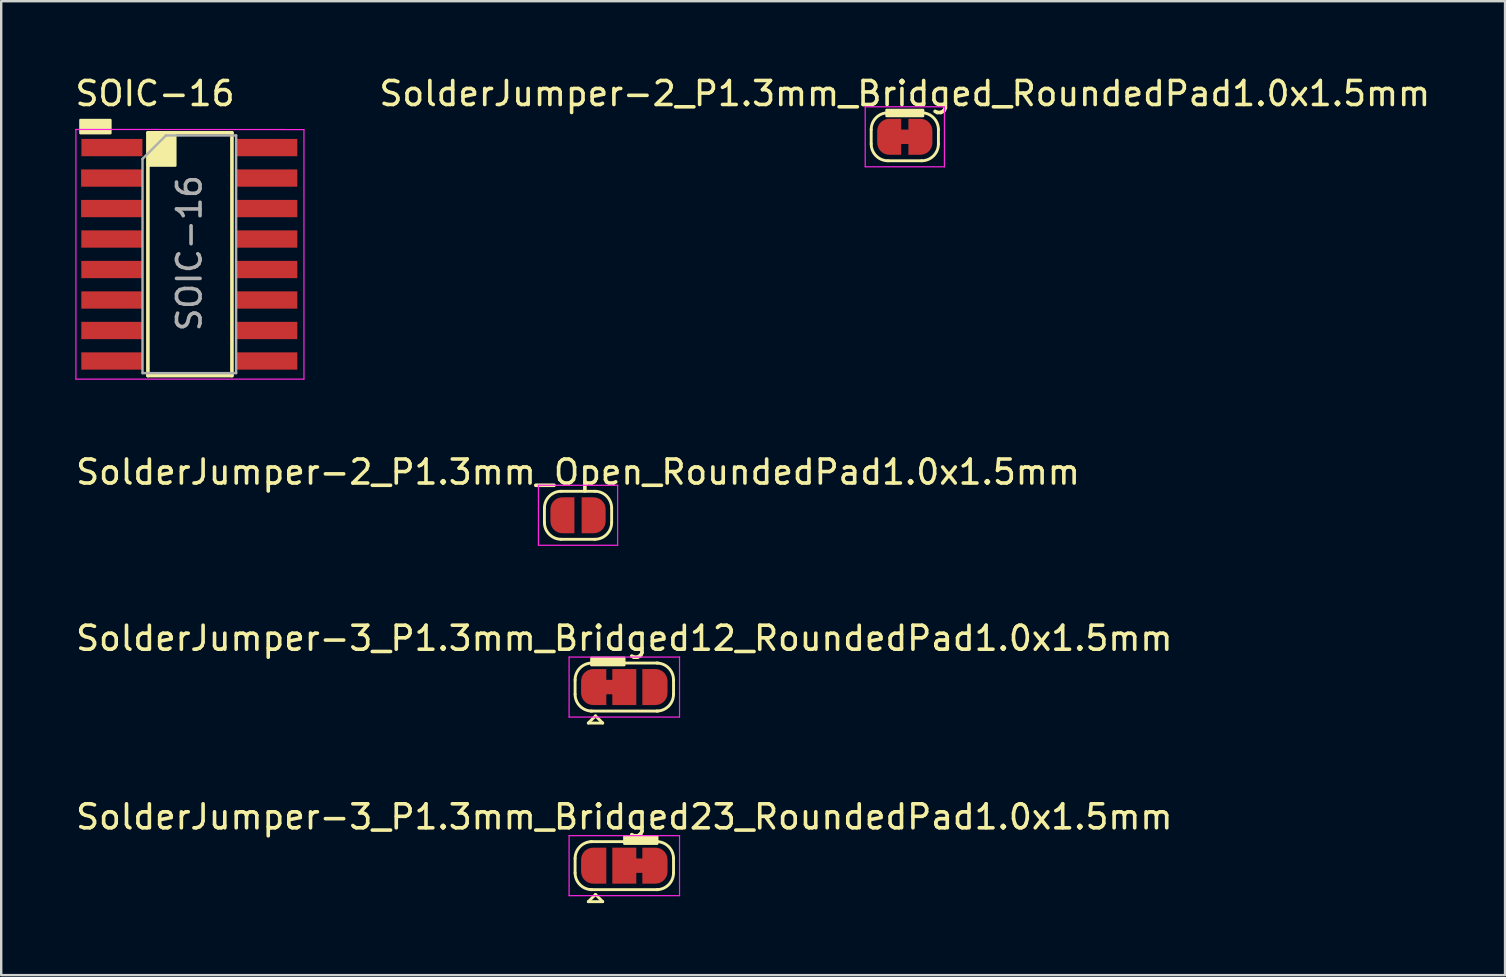
<source format=kicad_pcb>
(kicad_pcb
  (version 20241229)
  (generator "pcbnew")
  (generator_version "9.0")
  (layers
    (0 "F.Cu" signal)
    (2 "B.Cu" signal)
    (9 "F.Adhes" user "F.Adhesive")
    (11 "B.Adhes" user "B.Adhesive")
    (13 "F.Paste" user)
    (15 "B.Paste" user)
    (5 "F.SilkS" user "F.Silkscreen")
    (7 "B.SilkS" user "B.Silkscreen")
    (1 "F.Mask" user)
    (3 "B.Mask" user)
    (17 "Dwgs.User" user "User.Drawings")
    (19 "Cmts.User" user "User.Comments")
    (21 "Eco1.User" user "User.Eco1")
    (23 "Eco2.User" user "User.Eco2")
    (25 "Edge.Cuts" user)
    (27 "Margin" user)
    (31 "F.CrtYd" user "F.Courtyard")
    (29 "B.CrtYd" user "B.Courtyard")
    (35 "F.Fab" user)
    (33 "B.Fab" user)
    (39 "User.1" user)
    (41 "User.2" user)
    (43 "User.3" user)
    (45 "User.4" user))
  (footprint "SolderJumper-3_P1.3mm_Bridged23_RoundedPad1.0x1.5mm"
    (layer "F.Cu")
    (at 22.958 33.012)
    (property "Reference" "SolderJumper-3_P1.3mm_Bridged23_RoundedPad1.0x1.5mm" (at 0 -2.032 0) (layer "F.SilkS") (effects (font (size 1 1) (thickness 0.15))))
    (attr exclude_from_pos_files exclude_from_bom)
    (fp_poly (pts (xy 0.406 -0.3) (xy 0.906 -0.3) (xy 0.906 0.3) (xy 0.406 0.3)) (stroke (width 0) (type solid)) (fill yes) (layer "F.Cu"))
    (fp_line (start -2.05 0.3) (end -2.05 -0.3) (stroke (width 0.12) (type solid)) (layer "F.SilkS"))
    (fp_line (start -1.5 1.5) (end -0.9 1.5) (stroke (width 0.12) (type solid)) (layer "F.SilkS"))
    (fp_line (start -1.4 -1) (end 1.4 -1) (stroke (width 0.12) (type solid)) (layer "F.SilkS"))
    (fp_line (start -1.2 1.2) (end -1.5 1.5) (stroke (width 0.12) (type solid)) (layer "F.SilkS"))
    (fp_line (start -1.2 1.2) (end -0.9 1.5) (stroke (width 0.12) (type solid)) (layer "F.SilkS"))
    (fp_line (start 1.4 1) (end -1.4 1) (stroke (width 0.12) (type solid)) (layer "F.SilkS"))
    (fp_line (start 2.05 -0.3) (end 2.05 0.3) (stroke (width 0.12) (type solid)) (layer "F.SilkS"))
    (fp_arc (start -2.05 -0.3) (mid -1.844975 -0.794975) (end -1.35 -1) (stroke (width 0.12) (type solid)) (layer "F.SilkS"))
    (fp_arc (start -1.35 1) (mid -1.844975 0.794975) (end -2.05 0.3) (stroke (width 0.12) (type solid)) (layer "F.SilkS"))
    (fp_arc (start 1.35 -1) (mid 1.844975 -0.794975) (end 2.05 -0.3) (stroke (width 0.12) (type solid)) (layer "F.SilkS"))
    (fp_arc (start 2.05 0.3) (mid 1.844975 0.794975) (end 1.35 1) (stroke (width 0.12) (type solid)) (layer "F.SilkS"))
    (fp_poly (pts (xy 1.372 -0.914) (xy 0 -0.914) (xy 0 -1.219) (xy 1.372 -1.219)) (stroke (width 0.1) (type solid)) (fill yes) (layer "F.SilkS"))
    (fp_line (start -2.3 -1.25) (end -2.3 1.25) (stroke (width 0.05) (type solid)) (layer "F.CrtYd"))
    (fp_line (start -2.3 -1.25) (end 2.3 -1.25) (stroke (width 0.05) (type solid)) (layer "F.CrtYd"))
    (fp_line (start 2.3 1.25) (end -2.3 1.25) (stroke (width 0.05) (type solid)) (layer "F.CrtYd"))
    (fp_line (start 2.3 1.25) (end 2.3 -1.25) (stroke (width 0.05) (type solid)) (layer "F.CrtYd"))
    (pad "1" smd custom (at -1.3 0) (size 1 0.5) (layers "F.Cu" "F.Mask") (options (anchor rect)) (primitives (gr_circle (center 0 0.25) (end 0.5 0.25) (width 0) (fill yes)) (gr_circle (center 0 -0.25) (end 0.5 -0.25) (width 0) (fill yes)) (gr_poly (pts (xy 0.55 -0.75) (xy 0 -0.75) (xy 0 0.75) (xy 0.55 0.75)) (width 0) (fill yes))))
    (pad "2" smd rect (at 0 0) (size 1 1.5) (layers "F.Cu" "F.Mask"))
    (pad "3" smd custom (at 1.3 0) (size 1 0.5) (layers "F.Cu" "F.Mask") (options (anchor rect)) (primitives (gr_circle (center 0 0.25) (end 0.5 0.25) (width 0) (fill yes)) (gr_circle (center 0 -0.25) (end 0.5 -0.25) (width 0) (fill yes)) (gr_poly (pts (xy -0.55 -0.75) (xy 0 -0.75) (xy 0 0.75) (xy -0.55 0.75)) (width 0) (fill yes)))))
  (footprint "SOIC-16"
    (layer "F.Cu")
    (at 1.6 3.098)
    (property "Reference" "SOIC-16" (at -1.6 -2.25 0) (layer "F.SilkS") (effects (font (size 1 1) (thickness 0.15)) (justify left)))
    (attr smd)
    (fp_line (start 1.512 -0.615) (end 1.512 9.5) (stroke (width 0.15) (type solid)) (layer "F.SilkS"))
    (fp_line (start 5.012 -0.615) (end 1.512 -0.615) (stroke (width 0.15) (type solid)) (layer "F.SilkS"))
    (fp_line (start 5.012 -0.615) (end 5.012 9.5) (stroke (width 0.15) (type solid)) (layer "F.SilkS"))
    (fp_line (start 5.012 9.5) (end 1.512 9.5) (stroke (width 0.15) (type solid)) (layer "F.SilkS"))
    (fp_poly (pts (xy -1.3 -1.15) (xy -1.3 -0.6) (xy -0.05 -0.6) (xy -0.05 -1.15)) (stroke (width 0.1) (type solid)) (fill yes) (layer "F.SilkS"))
    (fp_poly (pts (xy 2.655 0.75) (xy 2.655 -0.52) (xy 1.512 -0.52) (xy 1.512 0.75)) (stroke (width 0.1) (type solid)) (fill yes) (layer "F.SilkS"))
    (fp_line (start -1.488 -0.755) (end -1.488 9.645) (stroke (width 0.05) (type solid)) (layer "F.CrtYd"))
    (fp_line (start -1.488 9.645) (end 8.012 9.645) (stroke (width 0.05) (type solid)) (layer "F.CrtYd"))
    (fp_line (start 8.012 -0.75) (end -1.488 -0.755) (stroke (width 0.05) (type solid)) (layer "F.CrtYd"))
    (fp_line (start 8.012 9.645) (end 8.012 -0.75) (stroke (width 0.05) (type solid)) (layer "F.CrtYd"))
    (fp_line (start 1.287 0.47) (end 2.262 -0.505) (stroke (width 0.1) (type solid)) (layer "F.Fab"))
    (fp_line (start 1.287 9.395) (end 1.287 0.47) (stroke (width 0.1) (type solid)) (layer "F.Fab"))
    (fp_line (start 2.262 -0.505) (end 5.187 -0.505) (stroke (width 0.1) (type solid)) (layer "F.Fab"))
    (fp_line (start 5.187 -0.505) (end 5.187 9.395) (stroke (width 0.1) (type solid)) (layer "F.Fab"))
    (fp_line (start 5.187 9.395) (end 1.287 9.395) (stroke (width 0.1) (type solid)) (layer "F.Fab"))
    (fp_text user "${REFERENCE}" (at 3.237 4.4 90) (layer "F.Fab") (effects (font (size 0.98 0.98) (thickness 0.15))))
    (pad "1" smd rect (at 0.012 0) (size 2.54 0.72) (layers "F.Cu" "F.Mask" "F.Paste"))
    (pad "2" smd rect (at 0 1.27) (size 2.54 0.72) (layers "F.Cu" "F.Mask" "F.Paste"))
    (pad "3" smd rect (at 0 2.54) (size 2.54 0.72) (layers "F.Cu" "F.Mask" "F.Paste"))
    (pad "4" smd rect (at 0.008 3.81) (size 2.54 0.72) (layers "F.Cu" "F.Mask" "F.Paste"))
    (pad "5" smd rect (at 0.008 5.08) (size 2.54 0.72) (layers "F.Cu" "F.Mask" "F.Paste"))
    (pad "6" smd rect (at 0.008 6.35) (size 2.54 0.72) (layers "F.Cu" "F.Mask" "F.Paste"))
    (pad "7" smd rect (at 0.008 7.62) (size 2.54 0.72) (layers "F.Cu" "F.Mask" "F.Paste"))
    (pad "8" smd rect (at 0.008 8.89) (size 2.54 0.72) (layers "F.Cu" "F.Mask" "F.Paste"))
    (pad "9" smd rect (at 6.466 8.89) (size 2.54 0.72) (layers "F.Cu" "F.Mask" "F.Paste"))
    (pad "10" smd rect (at 6.466 7.62) (size 2.54 0.72) (layers "F.Cu" "F.Mask" "F.Paste"))
    (pad "11" smd rect (at 6.466 6.35) (size 2.54 0.72) (layers "F.Cu" "F.Mask" "F.Paste"))
    (pad "12" smd rect (at 6.466 5.08) (size 2.54 0.72) (layers "F.Cu" "F.Mask" "F.Paste"))
    (pad "13" smd rect (at 6.466 3.81) (size 2.54 0.72) (layers "F.Cu" "F.Mask" "F.Paste"))
    (pad "14" smd rect (at 6.466 2.54) (size 2.54 0.72) (layers "F.Cu" "F.Mask" "F.Paste"))
    (pad "15" smd rect (at 6.466 1.27) (size 2.54 0.72) (layers "F.Cu" "F.Mask" "F.Paste"))
    (pad "16" smd rect (at 6.466 0) (size 2.54 0.72) (layers "F.Cu" "F.Mask" "F.Paste")))
  (footprint "SolderJumper-2_P1.3mm_Open_RoundedPad1.0x1.5mm"
    (layer "F.Cu")
    (at 21.03 18.416)
    (property "Reference" "SolderJumper-2_P1.3mm_Open_RoundedPad1.0x1.5mm" (at 0 -1.8 0) (layer "F.SilkS") (effects (font (size 1 1) (thickness 0.15))))
    (attr exclude_from_pos_files exclude_from_bom)
    (fp_line (start -1.4 0.3) (end -1.4 -0.3) (stroke (width 0.12) (type solid)) (layer "F.SilkS"))
    (fp_line (start -0.7 -1) (end 0.7 -1) (stroke (width 0.12) (type solid)) (layer "F.SilkS"))
    (fp_line (start 0.7 1) (end -0.7 1) (stroke (width 0.12) (type solid)) (layer "F.SilkS"))
    (fp_line (start 1.4 -0.3) (end 1.4 0.3) (stroke (width 0.12) (type solid)) (layer "F.SilkS"))
    (fp_arc (start -1.4 -0.3) (mid -1.194975 -0.794975) (end -0.7 -1) (stroke (width 0.12) (type solid)) (layer "F.SilkS"))
    (fp_arc (start -0.7 1) (mid -1.194975 0.794975) (end -1.4 0.3) (stroke (width 0.12) (type solid)) (layer "F.SilkS"))
    (fp_arc (start 0.7 -1) (mid 1.194975 -0.794975) (end 1.4 -0.3) (stroke (width 0.12) (type solid)) (layer "F.SilkS"))
    (fp_arc (start 1.4 0.3) (mid 1.194975 0.794975) (end 0.7 1) (stroke (width 0.12) (type solid)) (layer "F.SilkS"))
    (fp_line (start -1.65 -1.25) (end -1.65 1.25) (stroke (width 0.05) (type solid)) (layer "F.CrtYd"))
    (fp_line (start -1.65 -1.25) (end 1.65 -1.25) (stroke (width 0.05) (type solid)) (layer "F.CrtYd"))
    (fp_line (start 1.65 1.25) (end -1.65 1.25) (stroke (width 0.05) (type solid)) (layer "F.CrtYd"))
    (fp_line (start 1.65 1.25) (end 1.65 -1.25) (stroke (width 0.05) (type solid)) (layer "F.CrtYd"))
    (pad "1" smd custom (at -0.65 0) (size 1 0.5) (layers "F.Cu" "F.Mask") (options (anchor rect)) (primitives (gr_circle (center 0 0.25) (end 0.5 0.25) (width 0) (fill yes)) (gr_circle (center 0 -0.25) (end 0.5 -0.25) (width 0) (fill yes)) (gr_poly (pts (xy 0 -0.75) (xy 0.5 -0.75) (xy 0.5 0.75) (xy 0 0.75)) (width 0) (fill yes))))
    (pad "2" smd custom (at 0.65 0) (size 1 0.5) (layers "F.Cu" "F.Mask") (options (anchor rect)) (primitives (gr_circle (center 0 0.25) (end 0.5 0.25) (width 0) (fill yes)) (gr_circle (center 0 -0.25) (end 0.5 -0.25) (width 0) (fill yes)) (gr_poly (pts (xy 0 -0.75) (xy -0.5 -0.75) (xy -0.5 0.75) (xy 0 0.75)) (width 0) (fill yes)))))
  (footprint "SolderJumper-2_P1.3mm_Bridged_RoundedPad1.0x1.5mm"
    (layer "F.Cu")
    (at 34.643 2.648)
    (property "Reference" "SolderJumper-2_P1.3mm_Bridged_RoundedPad1.0x1.5mm" (at 0 -1.8 0) (layer "F.SilkS") (effects (font (size 1 1) (thickness 0.15))))
    (attr exclude_from_pos_files exclude_from_bom)
    (fp_poly (pts (xy 0.25 -0.3) (xy -0.25 -0.3) (xy -0.25 0.3) (xy 0.25 0.3)) (stroke (width 0) (type solid)) (fill yes) (layer "F.Cu"))
    (fp_line (start -1.4 0.3) (end -1.4 -0.3) (stroke (width 0.12) (type solid)) (layer "F.SilkS"))
    (fp_line (start -0.7 -1) (end 0.7 -1) (stroke (width 0.12) (type solid)) (layer "F.SilkS"))
    (fp_line (start 0.7 1) (end -0.7 1) (stroke (width 0.12) (type solid)) (layer "F.SilkS"))
    (fp_line (start 1.4 -0.3) (end 1.4 0.3) (stroke (width 0.12) (type solid)) (layer "F.SilkS"))
    (fp_arc (start -1.4 -0.3) (mid -1.194975 -0.794975) (end -0.7 -1) (stroke (width 0.12) (type solid)) (layer "F.SilkS"))
    (fp_arc (start -0.7 1) (mid -1.194975 0.794975) (end -1.4 0.3) (stroke (width 0.12) (type solid)) (layer "F.SilkS"))
    (fp_arc (start 0.7 -1) (mid 1.194975 -0.794975) (end 1.4 -0.3) (stroke (width 0.12) (type solid)) (layer "F.SilkS"))
    (fp_arc (start 1.4 0.3) (mid 1.194975 0.794975) (end 0.7 1) (stroke (width 0.12) (type solid)) (layer "F.SilkS"))
    (fp_poly (pts (xy 0.762 -0.864) (xy -0.762 -0.864) (xy -0.762 -1.118) (xy 0.762 -1.118)) (stroke (width 0.1) (type solid)) (fill yes) (layer "F.SilkS"))
    (fp_line (start -1.65 -1.25) (end -1.65 1.25) (stroke (width 0.05) (type solid)) (layer "F.CrtYd"))
    (fp_line (start -1.65 -1.25) (end 1.65 -1.25) (stroke (width 0.05) (type solid)) (layer "F.CrtYd"))
    (fp_line (start 1.65 1.25) (end -1.65 1.25) (stroke (width 0.05) (type solid)) (layer "F.CrtYd"))
    (fp_line (start 1.65 1.25) (end 1.65 -1.25) (stroke (width 0.05) (type solid)) (layer "F.CrtYd"))
    (pad "1" smd custom (at -0.65 0) (size 1 0.5) (layers "F.Cu" "F.Mask") (options (anchor rect)) (primitives (gr_circle (center 0 0.25) (end 0.5 0.25) (width 0) (fill yes)) (gr_circle (center 0 -0.25) (end 0.5 -0.25) (width 0) (fill yes)) (gr_poly (pts (xy 0 -0.75) (xy 0.5 -0.75) (xy 0.5 0.75) (xy 0 0.75)) (width 0) (fill yes))))
    (pad "2" smd custom (at 0.65 0) (size 1 0.5) (layers "F.Cu" "F.Mask") (options (anchor rect)) (primitives (gr_circle (center 0 0.25) (end 0.5 0.25) (width 0) (fill yes)) (gr_circle (center 0 -0.25) (end 0.5 -0.25) (width 0) (fill yes)) (gr_poly (pts (xy 0 -0.75) (xy -0.5 -0.75) (xy -0.5 0.75) (xy 0 0.75)) (width 0) (fill yes)))))
  (footprint "SolderJumper-3_P1.3mm_Bridged12_RoundedPad1.0x1.5mm"
    (layer "F.Cu")
    (at 22.958 25.572)
    (property "Reference" "SolderJumper-3_P1.3mm_Bridged12_RoundedPad1.0x1.5mm" (at 0 -2.032 0) (layer "F.SilkS") (effects (font (size 1 1) (thickness 0.15))))
    (attr exclude_from_pos_files exclude_from_bom)
    (fp_poly (pts (xy -0.9 -0.3) (xy -0.4 -0.3) (xy -0.4 0.3) (xy -0.9 0.3)) (stroke (width 0) (type solid)) (fill yes) (layer "F.Cu"))
    (fp_line (start -2.05 0.3) (end -2.05 -0.3) (stroke (width 0.12) (type solid)) (layer "F.SilkS"))
    (fp_line (start -1.5 1.5) (end -0.9 1.5) (stroke (width 0.12) (type solid)) (layer "F.SilkS"))
    (fp_line (start -1.4 -1) (end 1.4 -1) (stroke (width 0.12) (type solid)) (layer "F.SilkS"))
    (fp_line (start -1.2 1.2) (end -1.5 1.5) (stroke (width 0.12) (type solid)) (layer "F.SilkS"))
    (fp_line (start -1.2 1.2) (end -0.9 1.5) (stroke (width 0.12) (type solid)) (layer "F.SilkS"))
    (fp_line (start 1.4 1) (end -1.4 1) (stroke (width 0.12) (type solid)) (layer "F.SilkS"))
    (fp_line (start 2.05 -0.3) (end 2.05 0.3) (stroke (width 0.12) (type solid)) (layer "F.SilkS"))
    (fp_arc (start -2.05 -0.3) (mid -1.844975 -0.794975) (end -1.35 -1) (stroke (width 0.12) (type solid)) (layer "F.SilkS"))
    (fp_arc (start -1.35 1) (mid -1.844975 0.794975) (end -2.05 0.3) (stroke (width 0.12) (type solid)) (layer "F.SilkS"))
    (fp_arc (start 1.35 -1) (mid 1.844975 -0.794975) (end 2.05 -0.3) (stroke (width 0.12) (type solid)) (layer "F.SilkS"))
    (fp_arc (start 2.05 0.3) (mid 1.844975 0.794975) (end 1.35 1) (stroke (width 0.12) (type solid)) (layer "F.SilkS"))
    (fp_poly (pts (xy 0 -0.914) (xy -1.372 -0.914) (xy -1.372 -1.219) (xy 0 -1.219)) (stroke (width 0.1) (type solid)) (fill yes) (layer "F.SilkS"))
    (fp_line (start -2.3 -1.25) (end -2.3 1.25) (stroke (width 0.05) (type solid)) (layer "F.CrtYd"))
    (fp_line (start -2.3 -1.25) (end 2.3 -1.25) (stroke (width 0.05) (type solid)) (layer "F.CrtYd"))
    (fp_line (start 2.3 1.25) (end -2.3 1.25) (stroke (width 0.05) (type solid)) (layer "F.CrtYd"))
    (fp_line (start 2.3 1.25) (end 2.3 -1.25) (stroke (width 0.05) (type solid)) (layer "F.CrtYd"))
    (pad "1" smd custom (at -1.3 0) (size 1 0.5) (layers "F.Cu" "F.Mask") (options (anchor rect)) (primitives (gr_circle (center 0 0.25) (end 0.5 0.25) (width 0) (fill yes)) (gr_circle (center 0 -0.25) (end 0.5 -0.25) (width 0) (fill yes)) (gr_poly (pts (xy 0.55 -0.75) (xy 0 -0.75) (xy 0 0.75) (xy 0.55 0.75)) (width 0) (fill yes))))
    (pad "2" smd rect (at 0 0) (size 1 1.5) (layers "F.Cu" "F.Mask"))
    (pad "3" smd custom (at 1.3 0) (size 1 0.5) (layers "F.Cu" "F.Mask") (options (anchor rect)) (primitives (gr_circle (center 0 0.25) (end 0.5 0.25) (width 0) (fill yes)) (gr_circle (center 0 -0.25) (end 0.5 -0.25) (width 0) (fill yes)) (gr_poly (pts (xy -0.55 -0.75) (xy 0 -0.75) (xy 0 0.75) (xy -0.55 0.75)) (width 0) (fill yes)))))
  (gr_rect
    (start -3 -3)
    (end 59.649 37.572)
    (stroke (width 0.1) (type default))
    (fill no)
    (layer "Edge.Cuts")))
</source>
